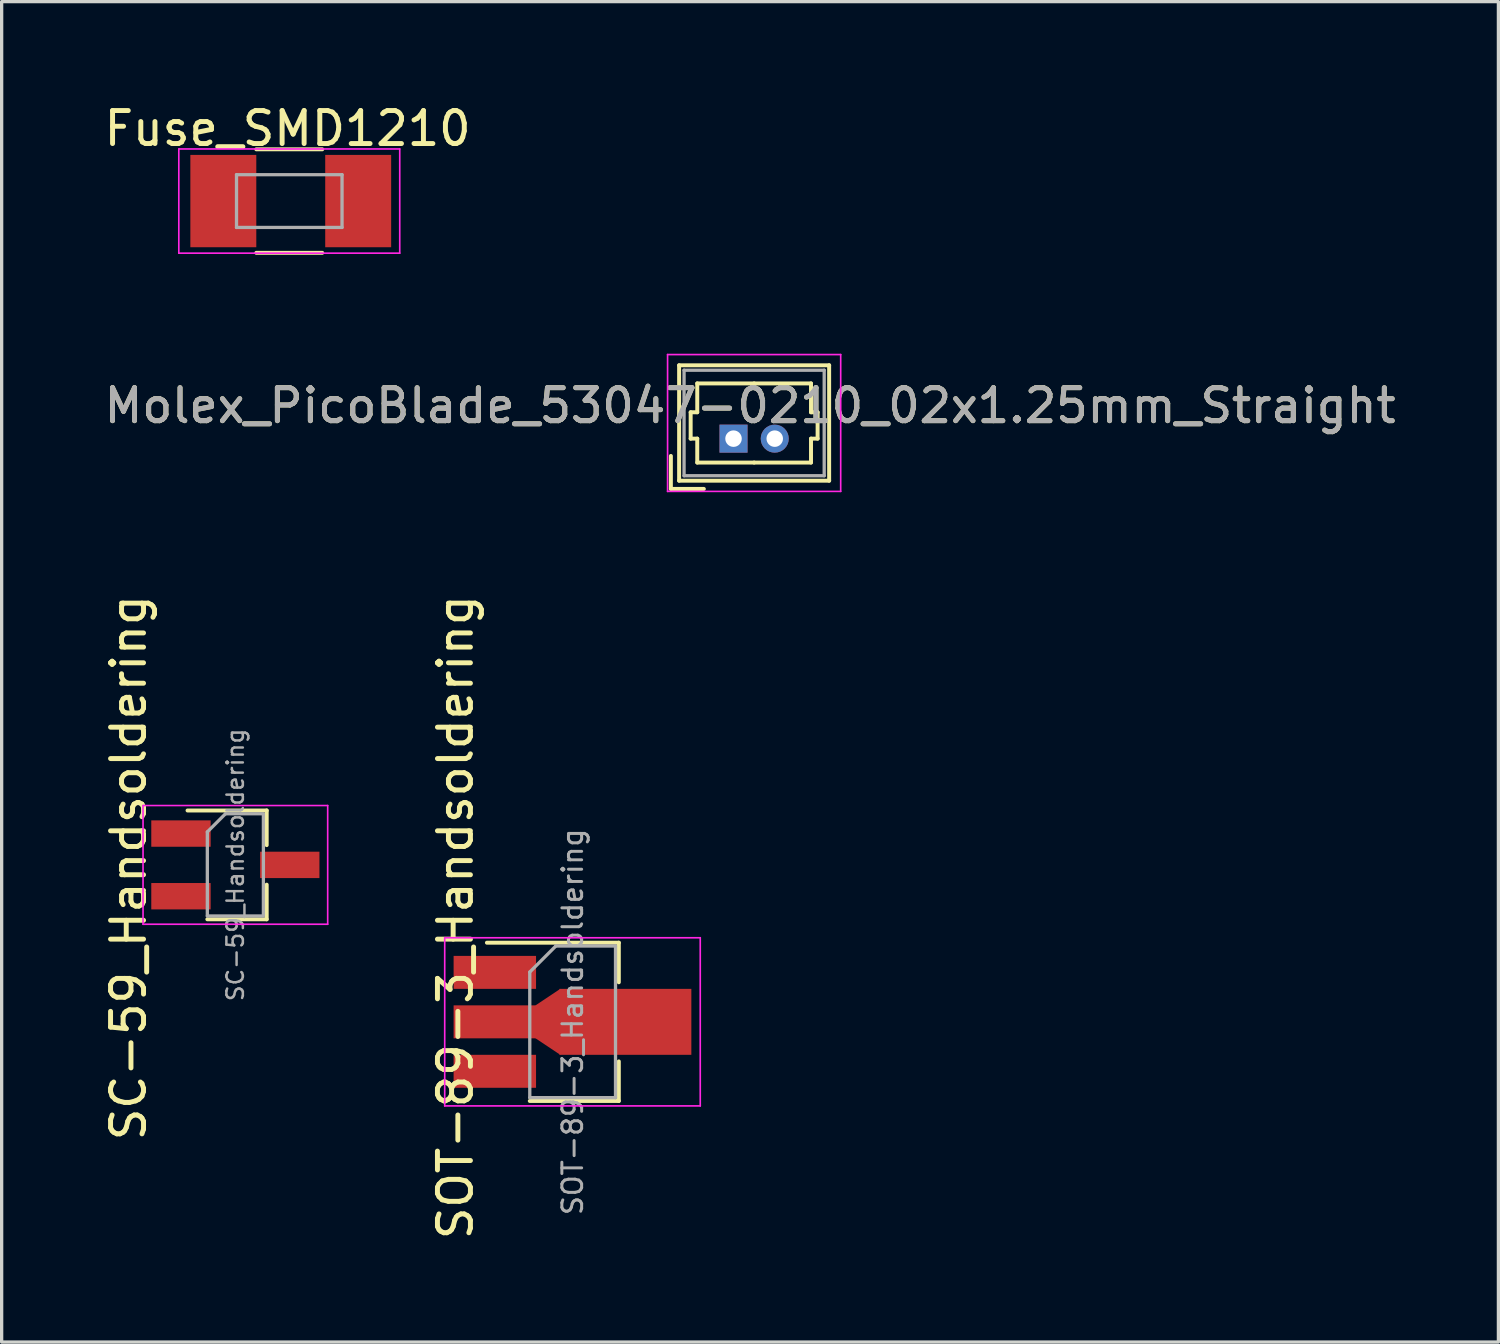
<source format=kicad_pcb>
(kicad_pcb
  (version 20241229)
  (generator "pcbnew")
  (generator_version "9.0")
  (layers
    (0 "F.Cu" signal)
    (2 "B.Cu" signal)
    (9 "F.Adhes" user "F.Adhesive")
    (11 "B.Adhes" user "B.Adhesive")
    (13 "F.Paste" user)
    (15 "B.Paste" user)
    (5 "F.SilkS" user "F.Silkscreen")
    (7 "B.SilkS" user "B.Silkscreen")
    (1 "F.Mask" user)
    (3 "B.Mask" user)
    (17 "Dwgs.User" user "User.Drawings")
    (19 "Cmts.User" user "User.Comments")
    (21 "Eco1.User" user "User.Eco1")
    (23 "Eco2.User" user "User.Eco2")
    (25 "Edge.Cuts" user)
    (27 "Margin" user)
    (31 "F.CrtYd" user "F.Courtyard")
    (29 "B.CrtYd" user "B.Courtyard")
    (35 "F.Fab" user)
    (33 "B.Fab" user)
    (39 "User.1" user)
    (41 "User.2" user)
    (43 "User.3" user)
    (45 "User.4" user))
  (footprint "SOT-89-3_Handsoldering"
    (layer "F.Cu")
    (at 13.937 27.94)
    (property "Reference" "SOT-89-3_Handsoldering" (at -3.175 -3.175 90) (layer "F.SilkS") (effects (font (size 1 1) (thickness 0.15))))
    (attr smd)
    (fp_line (start -2.22 -2.4) (end 1.78 -2.4) (stroke (width 0.12) (type solid)) (layer "F.SilkS"))
    (fp_line (start 1.78 -2.4) (end 1.78 -1.2) (stroke (width 0.12) (type solid)) (layer "F.SilkS"))
    (fp_line (start 1.78 1.2) (end 1.78 2.4) (stroke (width 0.12) (type solid)) (layer "F.SilkS"))
    (fp_line (start 1.78 2.4) (end -0.92 2.4) (stroke (width 0.12) (type solid)) (layer "F.SilkS"))
    (fp_line (start -3.5 -2.55) (end -3.5 2.55) (stroke (width 0.05) (type solid)) (layer "F.CrtYd"))
    (fp_line (start -3.5 2.55) (end 4.25 2.55) (stroke (width 0.05) (type solid)) (layer "F.CrtYd"))
    (fp_line (start 4.25 -2.55) (end -3.5 -2.55) (stroke (width 0.05) (type solid)) (layer "F.CrtYd"))
    (fp_line (start 4.25 2.55) (end 4.25 -2.55) (stroke (width 0.05) (type solid)) (layer "F.CrtYd"))
    (fp_line (start -0.92 -1.51) (end -0.13 -2.3) (stroke (width 0.1) (type solid)) (layer "F.Fab"))
    (fp_line (start -0.92 2.3) (end -0.92 -1.51) (stroke (width 0.1) (type solid)) (layer "F.Fab"))
    (fp_line (start -0.13 -2.3) (end 1.68 -2.3) (stroke (width 0.1) (type solid)) (layer "F.Fab"))
    (fp_line (start 1.68 -2.3) (end 1.68 2.3) (stroke (width 0.1) (type solid)) (layer "F.Fab"))
    (fp_line (start 1.68 2.3) (end -0.92 2.3) (stroke (width 0.1) (type solid)) (layer "F.Fab"))
    (fp_text user "${REFERENCE}" (at 0.38 0 90) (layer "F.Fab") (effects (font (size 0.6 0.6) (thickness 0.09))))
    (pad "1" smd rect (at -1.98 -1.5 270) (size 1 2.5) (layers "F.Cu" "F.Mask" "F.Paste"))
    (pad "2" smd rect (at -1.98 0 270) (size 1 2.5) (layers "F.Cu" "F.Mask" "F.Paste"))
    (pad "2" smd trapezoid (at -0.37 0 90) (size 1.5 0.75) (rect_delta 0 0.5) (layers "F.Cu" "F.Mask" "F.Paste"))
    (pad "2" smd rect (at 1.98 0 270) (size 2 4) (layers "F.Cu" "F.Mask" "F.Paste"))
    (pad "3" smd rect (at -1.98 1.5 270) (size 1 2.5) (layers "F.Cu" "F.Mask" "F.Paste")))
  (footprint "Molex_PicoBlade_53047-0210_02x1.25mm_Straight"
    (layer "F.Cu")
    (at 19.196 10.253)
    (property "Reference" "Molex_PicoBlade_53047-0210_02x1.25mm_Straight" (at 0.5 -1 0) (layer "F.SilkS") (effects (font (size 1 1) (thickness 0.15))))
    (attr through_hole)
    (fp_line (start -1.9 1.525) (end -1.9 0.525) (stroke (width 0.12) (type solid)) (layer "F.SilkS"))
    (fp_line (start -1.9 1.525) (end -0.9 1.525) (stroke (width 0.12) (type solid)) (layer "F.SilkS"))
    (fp_line (start -1.65 -2.225) (end -1.65 1.275) (stroke (width 0.12) (type solid)) (layer "F.SilkS"))
    (fp_line (start -1.65 1.275) (end 2.9 1.275) (stroke (width 0.12) (type solid)) (layer "F.SilkS"))
    (fp_line (start -1.3 -0.8) (end -1.1 -0.8) (stroke (width 0.12) (type solid)) (layer "F.SilkS"))
    (fp_line (start -1.3 0) (end -1.3 -0.8) (stroke (width 0.12) (type solid)) (layer "F.SilkS"))
    (fp_line (start -1.1 -1.675) (end 0.625 -1.675) (stroke (width 0.12) (type solid)) (layer "F.SilkS"))
    (fp_line (start -1.1 -0.8) (end -1.1 -1.675) (stroke (width 0.12) (type solid)) (layer "F.SilkS"))
    (fp_line (start -1.1 0) (end -1.3 0) (stroke (width 0.12) (type solid)) (layer "F.SilkS"))
    (fp_line (start -1.1 0.725) (end -1.1 0) (stroke (width 0.12) (type solid)) (layer "F.SilkS"))
    (fp_line (start 0.625 0.725) (end -1.1 0.725) (stroke (width 0.12) (type solid)) (layer "F.SilkS"))
    (fp_line (start 0.625 0.725) (end 2.35 0.725) (stroke (width 0.12) (type solid)) (layer "F.SilkS"))
    (fp_line (start 2.35 -1.675) (end 0.625 -1.675) (stroke (width 0.12) (type solid)) (layer "F.SilkS"))
    (fp_line (start 2.35 -0.8) (end 2.35 -1.675) (stroke (width 0.12) (type solid)) (layer "F.SilkS"))
    (fp_line (start 2.35 0) (end 2.55 0) (stroke (width 0.12) (type solid)) (layer "F.SilkS"))
    (fp_line (start 2.35 0.725) (end 2.35 0) (stroke (width 0.12) (type solid)) (layer "F.SilkS"))
    (fp_line (start 2.55 -0.8) (end 2.35 -0.8) (stroke (width 0.12) (type solid)) (layer "F.SilkS"))
    (fp_line (start 2.55 0) (end 2.55 -0.8) (stroke (width 0.12) (type solid)) (layer "F.SilkS"))
    (fp_line (start 2.9 -2.225) (end -1.65 -2.225) (stroke (width 0.12) (type solid)) (layer "F.SilkS"))
    (fp_line (start 2.9 1.275) (end 2.9 -2.225) (stroke (width 0.12) (type solid)) (layer "F.SilkS"))
    (fp_line (start -2 -2.55) (end -2 1.6) (stroke (width 0.05) (type solid)) (layer "F.CrtYd"))
    (fp_line (start -2 1.6) (end 3.25 1.6) (stroke (width 0.05) (type solid)) (layer "F.CrtYd"))
    (fp_line (start 3.25 -2.55) (end -2 -2.55) (stroke (width 0.05) (type solid)) (layer "F.CrtYd"))
    (fp_line (start 3.25 1.6) (end 3.25 -2.55) (stroke (width 0.05) (type solid)) (layer "F.CrtYd"))
    (fp_line (start -1.5 -2.075) (end -1.5 1.125) (stroke (width 0.1) (type solid)) (layer "F.Fab"))
    (fp_line (start -1.5 1.125) (end 2.75 1.125) (stroke (width 0.1) (type solid)) (layer "F.Fab"))
    (fp_line (start 2.75 -2.075) (end -1.5 -2.075) (stroke (width 0.1) (type solid)) (layer "F.Fab"))
    (fp_line (start 2.75 1.125) (end 2.75 -2.075) (stroke (width 0.1) (type solid)) (layer "F.Fab"))
    (fp_text user "${REFERENCE}" (at 0.5 -1 0) (layer "F.Fab") (effects (font (size 1 1) (thickness 0.15))))
    (pad "1" thru_hole rect (at 0 0) (size 0.85 0.85) (drill 0.5) (layers "*.Cu" "*.Mask"))
    (pad "2" thru_hole circle (at 1.25 0) (size 0.85 0.85) (drill 0.5) (layers "*.Cu" "*.Mask")))
  (footprint "SC-59_Handsoldering"
    (layer "F.Cu")
    (at 4.088 23.18)
    (property "Reference" "SC-59_Handsoldering" (at -3.24 0.085 270) (layer "F.SilkS") (effects (font (size 1 1) (thickness 0.15))))
    (attr smd)
    (fp_line (start -1.45 -1.65) (end 0.95 -1.65) (stroke (width 0.12) (type solid)) (layer "F.SilkS"))
    (fp_line (start -0.85 1.65) (end 0.95 1.65) (stroke (width 0.12) (type solid)) (layer "F.SilkS"))
    (fp_line (start 0.95 -1.65) (end 0.95 -0.6) (stroke (width 0.12) (type solid)) (layer "F.SilkS"))
    (fp_line (start 0.95 1.65) (end 0.95 0.6) (stroke (width 0.12) (type solid)) (layer "F.SilkS"))
    (fp_line (start -2.8 -1.8) (end -2.8 1.8) (stroke (width 0.05) (type solid)) (layer "F.CrtYd"))
    (fp_line (start -2.8 -1.8) (end 2.8 -1.8) (stroke (width 0.05) (type solid)) (layer "F.CrtYd"))
    (fp_line (start 2.8 1.8) (end -2.8 1.8) (stroke (width 0.05) (type solid)) (layer "F.CrtYd"))
    (fp_line (start 2.8 1.8) (end 2.8 -1.8) (stroke (width 0.05) (type solid)) (layer "F.CrtYd"))
    (fp_line (start -0.85 1.55) (end -0.85 -1) (stroke (width 0.1) (type solid)) (layer "F.Fab"))
    (fp_line (start -0.85 1.55) (end 0.85 1.55) (stroke (width 0.1) (type solid)) (layer "F.Fab"))
    (fp_line (start -0.3 -1.55) (end -0.85 -1) (stroke (width 0.1) (type solid)) (layer "F.Fab"))
    (fp_line (start -0.3 -1.55) (end 0.85 -1.55) (stroke (width 0.1) (type solid)) (layer "F.Fab"))
    (fp_line (start 0.85 -1.52) (end 0.85 1.52) (stroke (width 0.1) (type solid)) (layer "F.Fab"))
    (fp_text user "${REFERENCE}" (at 0 0 90) (layer "F.Fab") (effects (font (size 0.5 0.5) (thickness 0.075))))
    (pad "1" smd rect (at -1.65 -0.95) (size 1.8 0.8) (layers "F.Cu" "F.Mask" "F.Paste"))
    (pad "2" smd rect (at -1.65 0.95) (size 1.8 0.8) (layers "F.Cu" "F.Mask" "F.Paste"))
    (pad "3" smd rect (at 1.65 0) (size 1.8 0.8) (layers "F.Cu" "F.Mask" "F.Paste")))
  (footprint "Fuse_SMD1210"
    (layer "F.Cu")
    (at 5.723 3.048)
    (property "Reference" "Fuse_SMD1210" (at -0.05 -2.2 0) (layer "F.SilkS") (effects (font (size 1 1) (thickness 0.15))))
    (attr smd)
    (fp_line (start -1 -1.57) (end 1 -1.57) (stroke (width 0.12) (type solid)) (layer "F.SilkS"))
    (fp_line (start 1 1.57) (end -1 1.57) (stroke (width 0.12) (type solid)) (layer "F.SilkS"))
    (fp_line (start -3.35 -1.58) (end -3.35 1.58) (stroke (width 0.05) (type solid)) (layer "F.CrtYd"))
    (fp_line (start -3.35 -1.58) (end 3.35 -1.58) (stroke (width 0.05) (type solid)) (layer "F.CrtYd"))
    (fp_line (start 3.35 1.58) (end -3.35 1.58) (stroke (width 0.05) (type solid)) (layer "F.CrtYd"))
    (fp_line (start 3.35 1.58) (end 3.35 -1.58) (stroke (width 0.05) (type solid)) (layer "F.CrtYd"))
    (fp_line (start -1.6 -0.8) (end 1.6 -0.8) (stroke (width 0.1) (type solid)) (layer "F.Fab"))
    (fp_line (start -1.6 0.8) (end -1.6 -0.8) (stroke (width 0.1) (type solid)) (layer "F.Fab"))
    (fp_line (start 1.6 -0.8) (end 1.6 0.8) (stroke (width 0.1) (type solid)) (layer "F.Fab"))
    (fp_line (start 1.6 0.8) (end -1.6 0.8) (stroke (width 0.1) (type solid)) (layer "F.Fab"))
    (pad "1" smd rect (at -2 0 90) (size 2.8 2) (layers "F.Cu" "F.Mask" "F.Paste"))
    (pad "2" smd rect (at 2.09 0 90) (size 2.8 2) (layers "F.Cu" "F.Mask" "F.Paste")))
  (gr_rect
    (start -3 -3)
    (end 42.393 37.652)
    (stroke (width 0.1) (type default))
    (fill no)
    (layer "Edge.Cuts")))
</source>
